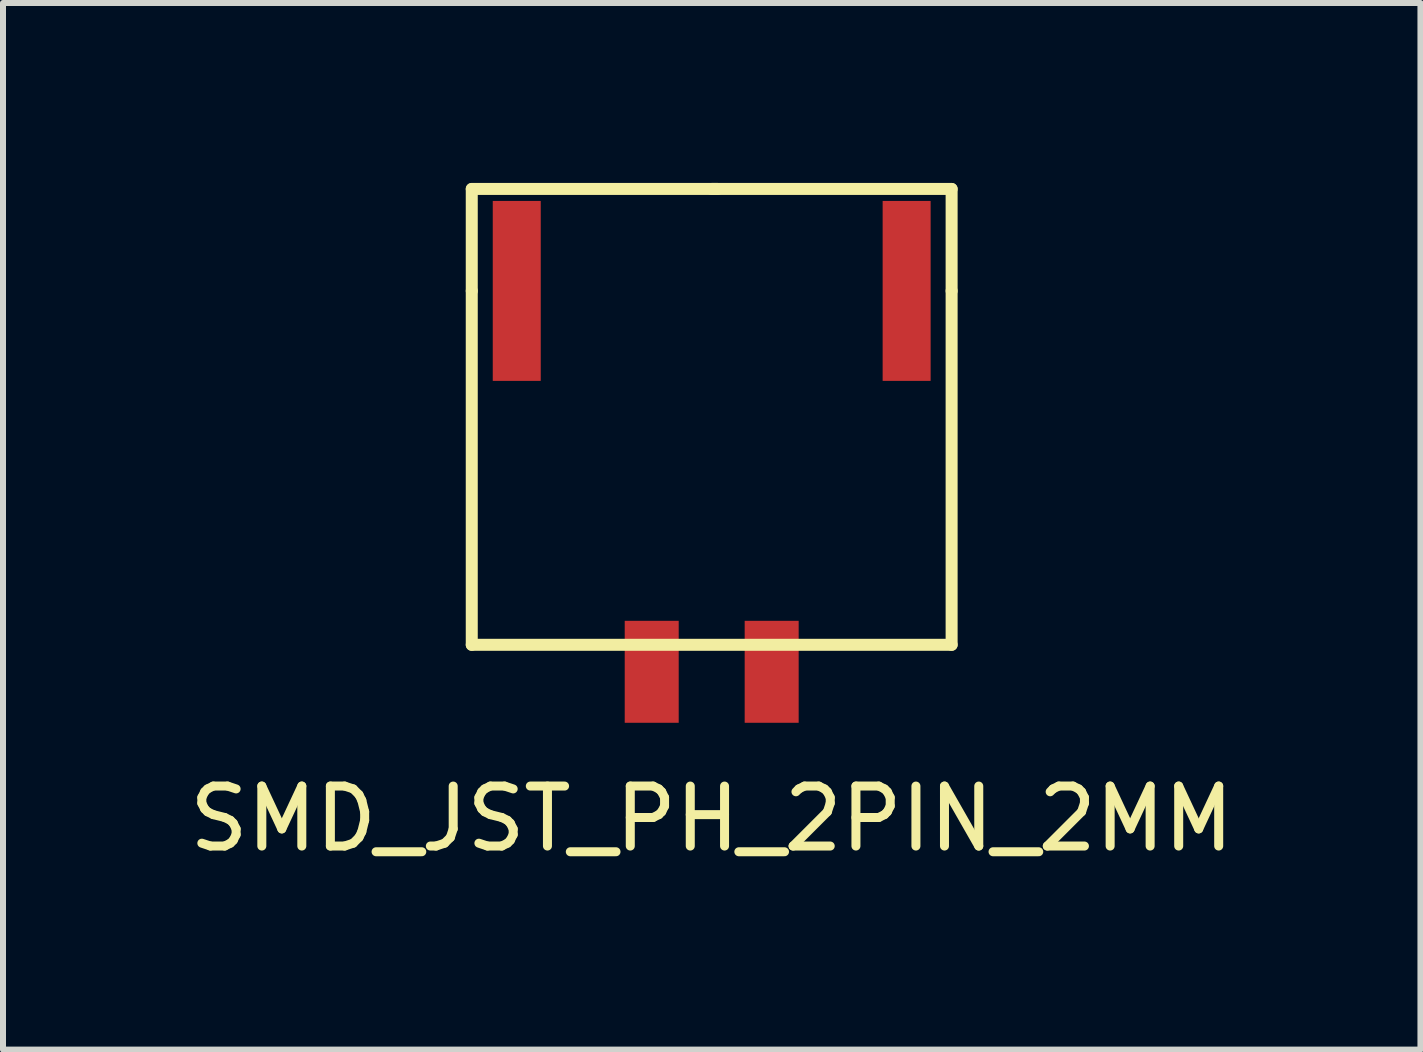
<source format=kicad_pcb>
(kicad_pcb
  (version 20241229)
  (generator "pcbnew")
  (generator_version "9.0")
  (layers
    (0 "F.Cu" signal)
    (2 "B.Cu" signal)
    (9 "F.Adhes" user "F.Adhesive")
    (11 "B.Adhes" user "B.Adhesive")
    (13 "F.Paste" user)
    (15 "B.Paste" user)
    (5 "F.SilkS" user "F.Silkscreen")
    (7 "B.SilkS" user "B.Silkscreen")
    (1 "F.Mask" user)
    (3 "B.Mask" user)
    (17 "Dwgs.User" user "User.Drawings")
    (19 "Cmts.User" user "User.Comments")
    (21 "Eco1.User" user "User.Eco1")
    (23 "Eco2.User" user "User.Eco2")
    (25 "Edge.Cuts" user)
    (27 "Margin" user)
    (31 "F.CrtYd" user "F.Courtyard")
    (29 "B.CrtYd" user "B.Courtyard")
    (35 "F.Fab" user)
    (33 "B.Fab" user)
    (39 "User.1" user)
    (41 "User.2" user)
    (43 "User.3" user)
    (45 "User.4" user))
  (footprint "SMD_JST_PH_2PIN_2MM"
    (layer "F.Cu")
    (at 8.815 1.8)
    (property "Reference" "SMD_JST_PH_2PIN_2MM" (at 0 8.8 0) (layer "F.SilkS") (effects (font (size 1 1) (thickness 0.15))))
    (attr through_hole)
    (fp_line (start -4 -1.7) (end 0.1 -1.7) (stroke (width 0.2) (type solid)) (layer "F.SilkS"))
    (fp_line (start -4 0) (end -4 -1.7) (stroke (width 0.2) (type solid)) (layer "F.SilkS"))
    (fp_line (start -4 5.9) (end -4 0) (stroke (width 0.2) (type solid)) (layer "F.SilkS"))
    (fp_line (start 0 -1.7) (end 4 -1.7) (stroke (width 0.2) (type solid)) (layer "F.SilkS"))
    (fp_line (start 4 -1.7) (end 4 0) (stroke (width 0.2) (type solid)) (layer "F.SilkS"))
    (fp_line (start 4 0) (end 4 5.9) (stroke (width 0.2) (type solid)) (layer "F.SilkS"))
    (fp_line (start 4 5.9) (end -4 5.9) (stroke (width 0.2) (type solid)) (layer "F.SilkS"))
    (pad "" smd rect (at -3.25 0) (size 0.8 3) (layers "F.Cu" "F.Mask" "F.Paste"))
    (pad "" smd rect (at 3.25 0) (size 0.8 3) (layers "F.Cu" "F.Mask" "F.Paste"))
    (pad "1" smd rect (at -1 6.35) (size 0.9 1.7) (layers "F.Cu" "F.Mask" "F.Paste"))
    (pad "2" smd rect (at 1 6.35) (size 0.9 1.7) (layers "F.Cu" "F.Mask" "F.Paste")))
  (gr_rect
    (start -3 -3)
    (end 20.631 14.448)
    (stroke (width 0.1) (type default))
    (fill no)
    (layer "Edge.Cuts")))
</source>
